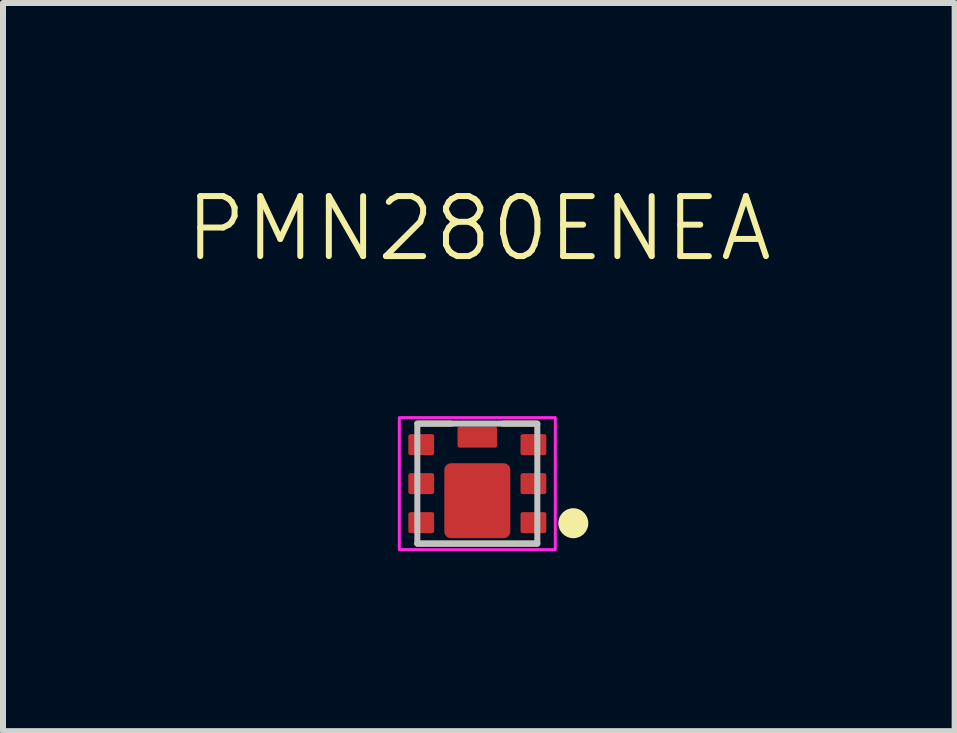
<source format=kicad_pcb>
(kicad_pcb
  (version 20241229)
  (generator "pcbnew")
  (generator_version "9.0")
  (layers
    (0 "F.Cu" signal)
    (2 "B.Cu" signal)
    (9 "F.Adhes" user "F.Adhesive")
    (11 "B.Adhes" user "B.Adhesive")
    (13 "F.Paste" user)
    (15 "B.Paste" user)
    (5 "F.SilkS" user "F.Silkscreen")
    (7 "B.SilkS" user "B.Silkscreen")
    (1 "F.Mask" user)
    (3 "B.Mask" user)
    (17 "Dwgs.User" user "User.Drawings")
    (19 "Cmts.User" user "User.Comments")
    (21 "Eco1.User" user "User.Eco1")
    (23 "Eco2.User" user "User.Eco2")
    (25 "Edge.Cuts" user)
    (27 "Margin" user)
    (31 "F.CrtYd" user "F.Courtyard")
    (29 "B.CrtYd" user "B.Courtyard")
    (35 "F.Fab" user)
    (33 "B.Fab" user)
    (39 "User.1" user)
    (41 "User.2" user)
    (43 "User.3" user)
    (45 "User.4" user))
  (footprint "PMN280ENEA"
    (layer "F.Cu")
    (at 4.906 5.011)
    (property "Reference" "PMN280ENEA" (at 0.025 -4.25 0) (unlocked yes) (layer "F.SilkS") (effects (font (size 1 1) (thickness 0.1))))
    (attr smd)
    (fp_line (start -1 -1) (end -0.43 -1) (stroke (width 0.1) (type solid)) (layer "F.SilkS"))
    (fp_line (start -1 1) (end 1 1) (stroke (width 0.1) (type solid)) (layer "F.SilkS"))
    (fp_line (start 1 -1) (end 0.43 -1) (stroke (width 0.1) (type solid)) (layer "F.SilkS"))
    (fp_circle (center 1.6 0.66) (end 1.8 0.66) (stroke (width 0.1) (type solid)) (fill yes) (layer "F.SilkS"))
    (fp_rect (start -1 -1) (end 1 1) (stroke (width 0.1) (type default)) (fill no) (layer "Dwgs.User"))
    (fp_rect (start -1.3 -1.1) (end 1.3 1.1) (stroke (width 0.05) (type default)) (fill no) (layer "F.CrtYd"))
    (pad "1" smd roundrect (at 0.935 0.65) (size 0.43 0.35) (layers "F.Cu" "F.Mask" "F.Paste") (roundrect_rratio 0.1))
    (pad "2" smd roundrect (at 0.935 0) (size 0.43 0.35) (layers "F.Cu" "F.Mask" "F.Paste") (roundrect_rratio 0.1))
    (pad "3" smd roundrect (at 0.935 -0.65) (size 0.43 0.35) (layers "F.Cu" "F.Mask" "F.Paste") (roundrect_rratio 0.1))
    (pad "4" smd roundrect (at -0.935 -0.65) (size 0.43 0.35) (layers "F.Cu" "F.Mask" "F.Paste") (roundrect_rratio 0.1))
    (pad "5" smd roundrect (at -0.935 0) (size 0.43 0.35) (layers "F.Cu" "F.Mask" "F.Paste") (roundrect_rratio 0.1))
    (pad "6" smd roundrect (at -0.935 0.65) (size 0.43 0.35) (layers "F.Cu" "F.Mask" "F.Paste") (roundrect_rratio 0.1))
    (pad "7" smd roundrect (at 0 0.285) (size 1.1 1.25) (layers "F.Cu" "F.Mask" "F.Paste") (roundrect_rratio 0.1))
    (pad "8" smd roundrect (at 0 -0.775) (size 0.66 0.35) (layers "F.Cu" "F.Mask" "F.Paste") (roundrect_rratio 0.1)))
  (gr_rect
    (start -3 -3)
    (end 12.862 9.136)
    (stroke (width 0.1) (type default))
    (fill no)
    (layer "Edge.Cuts")))
</source>
